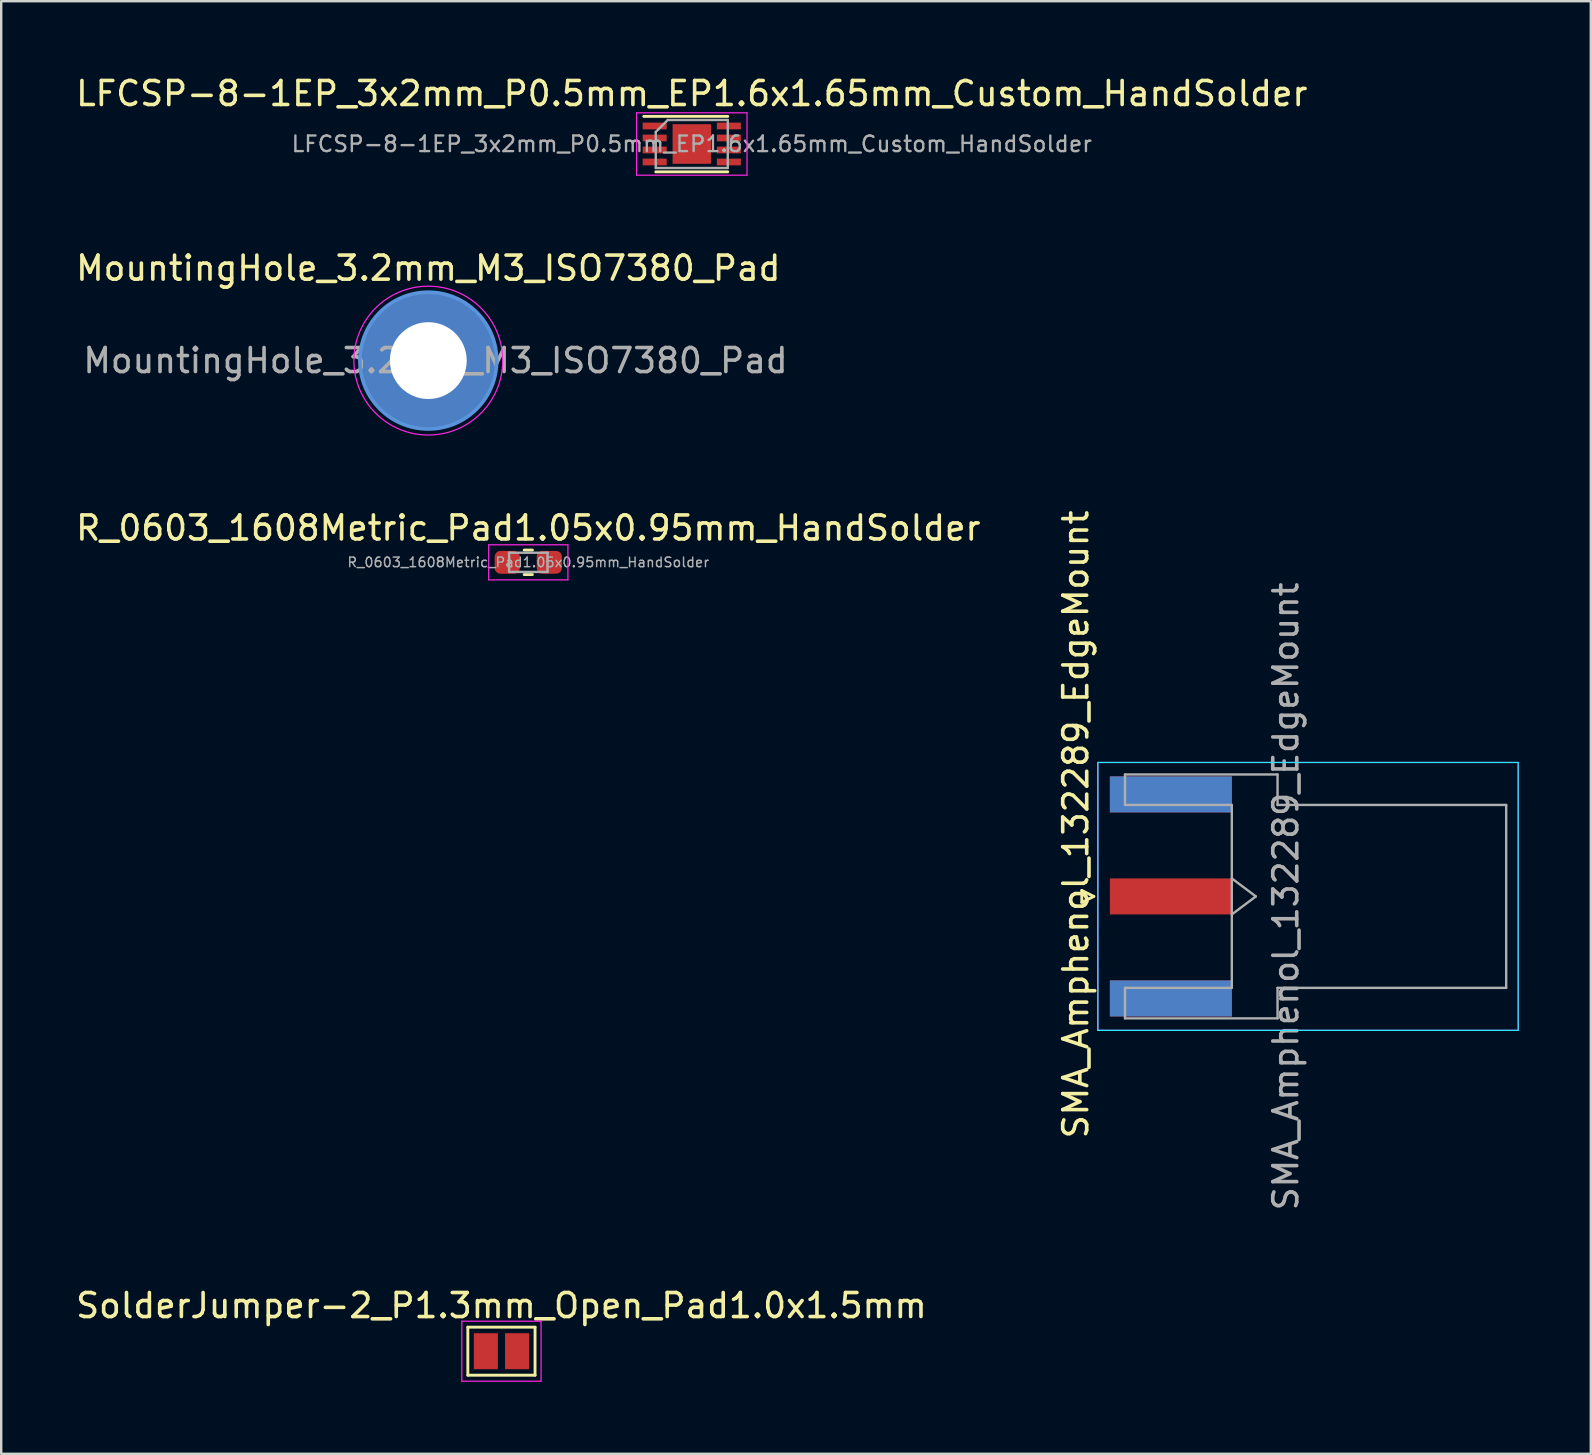
<source format=kicad_pcb>
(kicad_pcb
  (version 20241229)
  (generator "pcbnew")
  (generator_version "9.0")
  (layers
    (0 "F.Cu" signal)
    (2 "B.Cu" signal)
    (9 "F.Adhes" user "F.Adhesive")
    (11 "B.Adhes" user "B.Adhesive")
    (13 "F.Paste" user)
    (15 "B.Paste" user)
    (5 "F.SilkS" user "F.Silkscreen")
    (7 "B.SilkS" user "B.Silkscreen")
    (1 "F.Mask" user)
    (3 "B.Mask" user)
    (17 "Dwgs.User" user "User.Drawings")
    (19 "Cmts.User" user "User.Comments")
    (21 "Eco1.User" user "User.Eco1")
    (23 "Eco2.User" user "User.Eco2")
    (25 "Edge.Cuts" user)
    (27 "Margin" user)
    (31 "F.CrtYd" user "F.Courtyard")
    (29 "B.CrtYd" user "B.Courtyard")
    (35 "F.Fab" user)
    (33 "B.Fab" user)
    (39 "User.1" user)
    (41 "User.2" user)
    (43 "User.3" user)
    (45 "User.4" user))
  (footprint "R_0603_1608Metric_Pad1.05x0.95mm_HandSolder"
    (layer "F.Cu")
    (at 18.958 20.375)
    (property "Reference" "R_0603_1608Metric_Pad1.05x0.95mm_HandSolder" (at 0 -1.43 0) (layer "F.SilkS") (effects (font (size 1 1) (thickness 0.15))))
    (attr smd)
    (fp_line (start -0.171 -0.51) (end 0.171 -0.51) (stroke (width 0.12) (type solid)) (layer "F.SilkS"))
    (fp_line (start -0.171 0.51) (end 0.171 0.51) (stroke (width 0.12) (type solid)) (layer "F.SilkS"))
    (fp_line (start -1.65 -0.73) (end 1.65 -0.73) (stroke (width 0.05) (type solid)) (layer "F.CrtYd"))
    (fp_line (start -1.65 0.73) (end -1.65 -0.73) (stroke (width 0.05) (type solid)) (layer "F.CrtYd"))
    (fp_line (start 1.65 -0.73) (end 1.65 0.73) (stroke (width 0.05) (type solid)) (layer "F.CrtYd"))
    (fp_line (start 1.65 0.73) (end -1.65 0.73) (stroke (width 0.05) (type solid)) (layer "F.CrtYd"))
    (fp_line (start -0.8 -0.4) (end 0.8 -0.4) (stroke (width 0.1) (type solid)) (layer "F.Fab"))
    (fp_line (start -0.8 0.4) (end -0.8 -0.4) (stroke (width 0.1) (type solid)) (layer "F.Fab"))
    (fp_line (start 0.8 -0.4) (end 0.8 0.4) (stroke (width 0.1) (type solid)) (layer "F.Fab"))
    (fp_line (start 0.8 0.4) (end -0.8 0.4) (stroke (width 0.1) (type solid)) (layer "F.Fab"))
    (fp_text user "${REFERENCE}" (at 0 0 0) (layer "F.Fab") (effects (font (size 0.4 0.4) (thickness 0.06))))
    (pad "1" smd roundrect (at -0.875 0) (size 1.05 0.95) (layers "F.Cu" "F.Mask" "F.Paste") (roundrect_rratio 0.25))
    (pad "2" smd roundrect (at 0.875 0) (size 1.05 0.95) (layers "F.Cu" "F.Mask" "F.Paste") (roundrect_rratio 0.25)))
  (footprint "SMA_Amphenol_132289_EdgeMount"
    (layer "F.Cu")
    (at 45.725 34.293)
    (property "Reference" "SMA_Amphenol_132289_EdgeMount" (at -3.96 -3 90) (layer "F.SilkS") (effects (font (size 1 1) (thickness 0.15))))
    (attr smd)
    (fp_line (start -3.71 -0.25) (end -3.71 0.25) (stroke (width 0.12) (type solid)) (layer "F.SilkS"))
    (fp_line (start -3.71 0.25) (end -3.21 0) (stroke (width 0.12) (type solid)) (layer "F.SilkS"))
    (fp_line (start -3.21 0) (end -3.71 -0.25) (stroke (width 0.12) (type solid)) (layer "F.SilkS"))
    (fp_line (start -3.04 5.58) (end -3.04 -5.58) (stroke (width 0.05) (type solid)) (layer "B.CrtYd"))
    (fp_line (start 14.47 -5.58) (end -3.04 -5.58) (stroke (width 0.05) (type solid)) (layer "B.CrtYd"))
    (fp_line (start 14.47 -5.58) (end 14.47 5.58) (stroke (width 0.05) (type solid)) (layer "B.CrtYd"))
    (fp_line (start 14.47 5.58) (end -3.04 5.58) (stroke (width 0.05) (type solid)) (layer "B.CrtYd"))
    (fp_line (start -3.04 5.58) (end -3.04 -5.58) (stroke (width 0.05) (type solid)) (layer "F.CrtYd"))
    (fp_line (start 14.47 -5.58) (end -3.04 -5.58) (stroke (width 0.05) (type solid)) (layer "F.CrtYd"))
    (fp_line (start 14.47 -5.58) (end 14.47 5.58) (stroke (width 0.05) (type solid)) (layer "F.CrtYd"))
    (fp_line (start 14.47 5.58) (end -3.04 5.58) (stroke (width 0.05) (type solid)) (layer "F.CrtYd"))
    (fp_line (start -1.91 -5.08) (end -1.91 -3.81) (stroke (width 0.1) (type solid)) (layer "F.Fab"))
    (fp_line (start -1.91 -5.08) (end 4.445 -5.08) (stroke (width 0.1) (type solid)) (layer "F.Fab"))
    (fp_line (start -1.91 -3.81) (end 2.54 -3.81) (stroke (width 0.1) (type solid)) (layer "F.Fab"))
    (fp_line (start -1.91 3.81) (end -1.91 5.08) (stroke (width 0.1) (type solid)) (layer "F.Fab"))
    (fp_line (start -1.91 5.08) (end 4.445 5.08) (stroke (width 0.1) (type solid)) (layer "F.Fab"))
    (fp_line (start 2.54 -3.81) (end 2.54 3.81) (stroke (width 0.1) (type solid)) (layer "F.Fab"))
    (fp_line (start 2.54 -0.75) (end 3.54 0) (stroke (width 0.1) (type solid)) (layer "F.Fab"))
    (fp_line (start 2.54 3.81) (end -1.91 3.81) (stroke (width 0.1) (type solid)) (layer "F.Fab"))
    (fp_line (start 3.54 0) (end 2.54 0.75) (stroke (width 0.1) (type solid)) (layer "F.Fab"))
    (fp_line (start 4.445 -3.81) (end 4.445 -5.08) (stroke (width 0.1) (type solid)) (layer "F.Fab"))
    (fp_line (start 4.445 -3.81) (end 13.97 -3.81) (stroke (width 0.1) (type solid)) (layer "F.Fab"))
    (fp_line (start 4.445 5.08) (end 4.445 3.81) (stroke (width 0.1) (type solid)) (layer "F.Fab"))
    (fp_line (start 13.97 -3.81) (end 13.97 3.81) (stroke (width 0.1) (type solid)) (layer "F.Fab"))
    (fp_line (start 13.97 3.81) (end 4.445 3.81) (stroke (width 0.1) (type solid)) (layer "F.Fab"))
    (fp_text user "${REFERENCE}" (at 4.79 0 270) (layer "F.Fab") (effects (font (size 1 1) (thickness 0.15))))
    (pad "1" smd rect (at 0 0 90) (size 1.5 5.08) (layers "F.Cu" "F.Mask" "F.Paste"))
    (pad "2" smd rect (at 0 -4.25 90) (size 1.5 5.08) (layers "F.Cu" "F.Mask" "F.Paste"))
    (pad "2" smd rect (at 0 -4.25 90) (size 1.5 5.08) (layers "B.Cu" "B.Mask" "B.Paste"))
    (pad "2" smd rect (at 0 4.25 90) (size 1.5 5.08) (layers "F.Cu" "F.Mask" "F.Paste"))
    (pad "2" smd rect (at 0 4.25 90) (size 1.5 5.08) (layers "B.Cu" "B.Mask" "B.Paste")))
  (footprint "LFCSP-8-1EP_3x2mm_P0.5mm_EP1.6x1.65mm_Custom_HandSolder"
    (layer "F.Cu")
    (at 25.768 2.948)
    (property "Reference" "LFCSP-8-1EP_3x2mm_P0.5mm_EP1.6x1.65mm_Custom_HandSolder" (at 0 -2.1 0) (layer "F.SilkS") (effects (font (size 1 1) (thickness 0.15))))
    (attr smd)
    (fp_line (start -2 -1.15) (end 1.5 -1.15) (stroke (width 0.12) (type solid)) (layer "F.SilkS"))
    (fp_line (start 1.5 1.16) (end -1.5 1.16) (stroke (width 0.12) (type solid)) (layer "F.SilkS"))
    (fp_line (start -2.3 -1.3) (end 2.3 -1.3) (stroke (width 0.05) (type solid)) (layer "F.CrtYd"))
    (fp_line (start -2.3 1.3) (end -2.3 -1.3) (stroke (width 0.05) (type solid)) (layer "F.CrtYd"))
    (fp_line (start 2.3 -1.3) (end 2.3 1.3) (stroke (width 0.05) (type solid)) (layer "F.CrtYd"))
    (fp_line (start 2.3 1.3) (end -2.3 1.3) (stroke (width 0.05) (type solid)) (layer "F.CrtYd"))
    (fp_line (start -1.5 -0.5) (end -1.5 1) (stroke (width 0.1) (type solid)) (layer "F.Fab"))
    (fp_line (start -1 -1) (end -1.5 -0.5) (stroke (width 0.1) (type solid)) (layer "F.Fab"))
    (fp_line (start -1 -1) (end 1.5 -1) (stroke (width 0.1) (type solid)) (layer "F.Fab"))
    (fp_line (start 1.5 1) (end -1.5 1) (stroke (width 0.1) (type solid)) (layer "F.Fab"))
    (fp_line (start 1.5 1) (end 1.5 -1) (stroke (width 0.1) (type solid)) (layer "F.Fab"))
    (fp_text user "${REFERENCE}" (at 0 0 180) (layer "F.Fab") (effects (font (size 0.65 0.65) (thickness 0.098))))
    (pad "1" smd rect (at -1.545 -0.75) (size 1 0.28) (layers "F.Cu" "F.Mask" "F.Paste"))
    (pad "2" smd rect (at -1.545 -0.25) (size 1 0.28) (layers "F.Cu" "F.Mask" "F.Paste"))
    (pad "3" smd rect (at -1.545 0.25) (size 1 0.28) (layers "F.Cu" "F.Mask" "F.Paste"))
    (pad "4" smd rect (at -1.545 0.75) (size 1 0.28) (layers "F.Cu" "F.Mask" "F.Paste"))
    (pad "5" smd rect (at 1.545 0.75) (size 1 0.28) (layers "F.Cu" "F.Mask" "F.Paste"))
    (pad "6" smd rect (at 1.545 0.25) (size 1 0.28) (layers "F.Cu" "F.Mask" "F.Paste"))
    (pad "7" smd rect (at 1.545 -0.25) (size 1 0.28) (layers "F.Cu" "F.Mask" "F.Paste"))
    (pad "8" smd rect (at 1.545 -0.75) (size 1 0.28) (layers "F.Cu" "F.Mask" "F.Paste"))
    (pad "9" smd rect (at 0 0) (size 1.6 1.65) (layers "F.Cu" "F.Mask" "F.Paste")))
  (footprint "SolderJumper-2_P1.3mm_Open_Pad1.0x1.5mm"
    (layer "F.Cu")
    (at 17.839 53.238)
    (property "Reference" "SolderJumper-2_P1.3mm_Open_Pad1.0x1.5mm" (at 0 -1.9 0) (layer "F.SilkS") (effects (font (size 1 1) (thickness 0.15))))
    (attr exclude_from_pos_files exclude_from_bom)
    (fp_line (start -1.4 -1) (end 1.4 -1) (stroke (width 0.12) (type solid)) (layer "F.SilkS"))
    (fp_line (start -1.4 1) (end -1.4 -1) (stroke (width 0.12) (type solid)) (layer "F.SilkS"))
    (fp_line (start 1.4 -1) (end 1.4 1) (stroke (width 0.12) (type solid)) (layer "F.SilkS"))
    (fp_line (start 1.4 1) (end -1.4 1) (stroke (width 0.12) (type solid)) (layer "F.SilkS"))
    (fp_line (start -1.65 -1.25) (end -1.65 1.25) (stroke (width 0.05) (type solid)) (layer "F.CrtYd"))
    (fp_line (start -1.65 -1.25) (end 1.65 -1.25) (stroke (width 0.05) (type solid)) (layer "F.CrtYd"))
    (fp_line (start 1.65 1.25) (end -1.65 1.25) (stroke (width 0.05) (type solid)) (layer "F.CrtYd"))
    (fp_line (start 1.65 1.25) (end 1.65 -1.25) (stroke (width 0.05) (type solid)) (layer "F.CrtYd"))
    (pad "1" smd rect (at -0.65 0) (size 1 1.5) (layers "F.Cu" "F.Mask"))
    (pad "2" smd rect (at 0.65 0) (size 1 1.5) (layers "F.Cu" "F.Mask")))
  (footprint "MountingHole_3.2mm_M3_ISO7380_Pad"
    (layer "F.Cu")
    (at 14.792 11.972)
    (property "Reference" "MountingHole_3.2mm_M3_ISO7380_Pad" (at 0 -3.85 0) (layer "F.SilkS") (effects (font (size 1 1) (thickness 0.15))))
    (attr exclude_from_pos_files exclude_from_bom)
    (fp_circle (center 0 0) (end 2.85 0) (stroke (width 0.15) (type solid)) (fill no) (layer "Cmts.User"))
    (fp_circle (center 0 0) (end 3.1 0) (stroke (width 0.05) (type solid)) (fill no) (layer "F.CrtYd"))
    (fp_text user "${REFERENCE}" (at 0.3 0 0) (layer "F.Fab") (effects (font (size 1 1) (thickness 0.15))))
    (pad "1" thru_hole circle (at 0 0) (size 5.7 5.7) (drill 3.2) (layers "*.Cu" "*.Mask")))
  (gr_rect
    (start -3 -3)
    (end 63.22 57.513)
    (stroke (width 0.1) (type default))
    (fill no)
    (layer "Edge.Cuts")))
</source>
